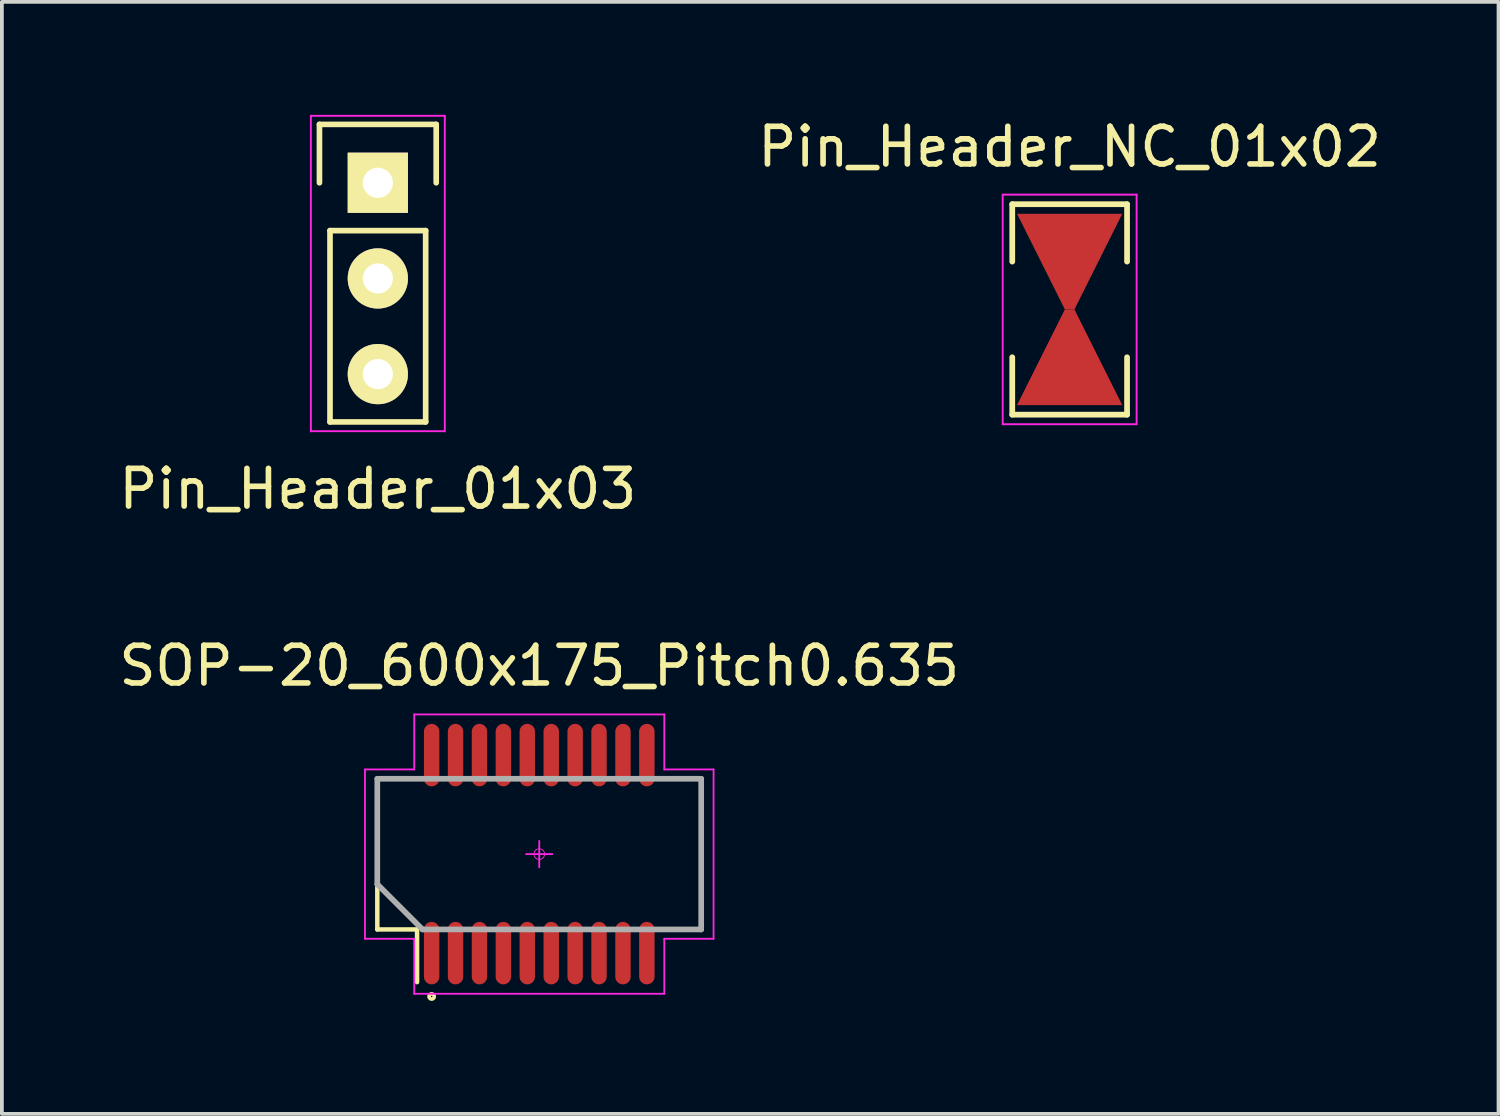
<source format=kicad_pcb>
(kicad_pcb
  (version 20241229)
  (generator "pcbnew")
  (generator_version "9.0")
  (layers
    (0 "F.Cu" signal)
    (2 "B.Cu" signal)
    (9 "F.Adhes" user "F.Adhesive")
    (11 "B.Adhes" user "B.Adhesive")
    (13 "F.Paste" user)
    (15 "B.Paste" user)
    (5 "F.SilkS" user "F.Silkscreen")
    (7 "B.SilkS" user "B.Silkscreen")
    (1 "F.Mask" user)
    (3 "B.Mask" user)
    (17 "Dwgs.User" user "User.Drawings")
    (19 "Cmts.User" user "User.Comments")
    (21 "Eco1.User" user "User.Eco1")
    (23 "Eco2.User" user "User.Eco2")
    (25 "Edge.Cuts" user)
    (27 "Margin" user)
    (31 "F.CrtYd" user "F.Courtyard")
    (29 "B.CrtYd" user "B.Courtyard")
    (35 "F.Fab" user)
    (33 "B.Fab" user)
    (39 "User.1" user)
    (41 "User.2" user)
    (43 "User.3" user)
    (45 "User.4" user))
  (footprint "Pin_Header_NC_01x02"
    (layer "F.Cu")
    (at 25.351 5.166)
    (property "Reference" "Pin_Header_NC_01x02" (at 0 -4.318 0) (layer "F.SilkS") (effects (font (size 1 1) (thickness 0.15))))
    (attr through_hole)
    (fp_line (start -1.524 -2.794) (end 1.524 -2.794) (stroke (width 0.152) (type solid)) (layer "F.SilkS"))
    (fp_line (start -1.524 -1.27) (end -1.524 -2.794) (stroke (width 0.152) (type solid)) (layer "F.SilkS"))
    (fp_line (start -1.524 2.794) (end -1.524 1.27) (stroke (width 0.152) (type solid)) (layer "F.SilkS"))
    (fp_line (start -1.524 2.794) (end 1.524 2.794) (stroke (width 0.152) (type solid)) (layer "F.SilkS"))
    (fp_line (start 1.524 -2.794) (end 1.524 -1.27) (stroke (width 0.152) (type solid)) (layer "F.SilkS"))
    (fp_line (start 1.524 1.27) (end 1.524 2.794) (stroke (width 0.152) (type solid)) (layer "F.SilkS"))
    (fp_line (start -1.778 -3.048) (end 1.778 -3.048) (stroke (width 0.05) (type solid)) (layer "F.CrtYd"))
    (fp_line (start -1.778 3.048) (end -1.778 -3.048) (stroke (width 0.05) (type solid)) (layer "F.CrtYd"))
    (fp_line (start 1.778 -3.048) (end 1.778 3.048) (stroke (width 0.05) (type solid)) (layer "F.CrtYd"))
    (fp_line (start 1.778 3.048) (end -1.778 3.048) (stroke (width 0.05) (type solid)) (layer "F.CrtYd"))
    (pad "1" smd trapezoid (at 0 -1.27 180) (size 1.524 2.54) (rect_delta 0 1.27) (layers "F.Cu" "F.Mask"))
    (pad "2" smd trapezoid (at 0 1.27) (size 1.524 2.54) (rect_delta 0 1.27) (layers "F.Cu" "F.Mask")))
  (footprint "Pin_Header_01x03"
    (layer "F.Cu")
    (at 6.982 1.803)
    (property "Reference" "Pin_Header_01x03" (at 0 8.128 0) (layer "F.SilkS") (effects (font (size 1 1) (thickness 0.15))))
    (attr through_hole)
    (fp_line (start -1.55 -1.55) (end 1.55 -1.55) (stroke (width 0.15) (type solid)) (layer "F.SilkS"))
    (fp_line (start -1.55 0) (end -1.55 -1.55) (stroke (width 0.15) (type solid)) (layer "F.SilkS"))
    (fp_line (start -1.27 1.27) (end -1.27 6.35) (stroke (width 0.15) (type solid)) (layer "F.SilkS"))
    (fp_line (start -1.27 6.35) (end 1.27 6.35) (stroke (width 0.15) (type solid)) (layer "F.SilkS"))
    (fp_line (start 1.27 1.27) (end -1.27 1.27) (stroke (width 0.15) (type solid)) (layer "F.SilkS"))
    (fp_line (start 1.27 6.35) (end 1.27 1.27) (stroke (width 0.15) (type solid)) (layer "F.SilkS"))
    (fp_line (start 1.55 -1.55) (end 1.55 0) (stroke (width 0.15) (type solid)) (layer "F.SilkS"))
    (fp_line (start -1.778 -1.778) (end -1.778 6.604) (stroke (width 0.05) (type solid)) (layer "F.CrtYd"))
    (fp_line (start -1.75 6.596) (end 1.75 6.596) (stroke (width 0.05) (type solid)) (layer "F.CrtYd"))
    (fp_line (start 1.778 -1.778) (end -1.778 -1.778) (stroke (width 0.05) (type solid)) (layer "F.CrtYd"))
    (fp_line (start 1.778 6.604) (end 1.778 -1.778) (stroke (width 0.05) (type solid)) (layer "F.CrtYd"))
    (pad "1" thru_hole rect (at 0 0) (size 1.6 1.6) (drill 0.8) (layers "*.Cu" "*.Mask" "F.SilkS"))
    (pad "2" thru_hole oval (at 0 2.54) (size 1.6 1.6) (drill 0.8) (layers "*.Cu" "*.Mask" "F.SilkS"))
    (pad "3" thru_hole oval (at 0 5.08) (size 1.6 1.6) (drill 0.8) (layers "*.Cu" "*.Mask" "F.SilkS")))
  (footprint "SOP-20_600x175_Pitch0.635"
    (layer "F.Cu")
    (at 11.268 19.628)
    (property "Reference" "SOP-20_600x175_Pitch0.635" (at 0 -5 0) (layer "F.SilkS") (effects (font (size 1 1) (thickness 0.15))))
    (attr smd)
    (fp_line (start -4.3 -2) (end -3.25 -2) (stroke (width 0.119) (type solid)) (layer "F.SilkS"))
    (fp_line (start -4.3 2) (end -4.3 -2) (stroke (width 0.119) (type solid)) (layer "F.SilkS"))
    (fp_line (start -3.25 2) (end -4.3 2) (stroke (width 0.119) (type solid)) (layer "F.SilkS"))
    (fp_line (start -3.244 3.399) (end -3.244 1.999) (stroke (width 0.119) (type solid)) (layer "F.SilkS"))
    (fp_line (start 3.25 2) (end 4.3 2) (stroke (width 0.119) (type solid)) (layer "F.SilkS"))
    (fp_line (start 4.3 -2) (end 3.25 -2) (stroke (width 0.119) (type solid)) (layer "F.SilkS"))
    (fp_line (start 4.3 2) (end 4.3 -2) (stroke (width 0.119) (type solid)) (layer "F.SilkS"))
    (fp_circle (center -2.857 3.78) (end -2.906 3.828) (stroke (width 0.099) (type solid)) (fill no) (layer "F.SilkS"))
    (fp_line (start -4.628 -2.248) (end -4.628 2.248) (stroke (width 0.048) (type solid)) (layer "F.CrtYd"))
    (fp_line (start -4.628 2.248) (end -3.32 2.248) (stroke (width 0.048) (type solid)) (layer "F.CrtYd"))
    (fp_line (start -3.32 -3.708) (end -3.32 -2.248) (stroke (width 0.048) (type solid)) (layer "F.CrtYd"))
    (fp_line (start -3.32 -2.248) (end -4.628 -2.248) (stroke (width 0.048) (type solid)) (layer "F.CrtYd"))
    (fp_line (start -3.32 2.248) (end -3.32 3.708) (stroke (width 0.048) (type solid)) (layer "F.CrtYd"))
    (fp_line (start -3.32 3.708) (end 3.32 3.708) (stroke (width 0.048) (type solid)) (layer "F.CrtYd"))
    (fp_line (start -0.35 0) (end 0.35 0) (stroke (width 0.048) (type solid)) (layer "F.CrtYd"))
    (fp_line (start 0 -0.35) (end 0 0.35) (stroke (width 0.048) (type solid)) (layer "F.CrtYd"))
    (fp_line (start 3.32 -3.708) (end -3.32 -3.708) (stroke (width 0.048) (type solid)) (layer "F.CrtYd"))
    (fp_line (start 3.32 -2.248) (end 3.32 -3.708) (stroke (width 0.048) (type solid)) (layer "F.CrtYd"))
    (fp_line (start 3.32 2.248) (end 4.628 2.248) (stroke (width 0.048) (type solid)) (layer "F.CrtYd"))
    (fp_line (start 3.32 3.708) (end 3.32 2.248) (stroke (width 0.048) (type solid)) (layer "F.CrtYd"))
    (fp_line (start 4.628 -2.248) (end 3.32 -2.248) (stroke (width 0.048) (type solid)) (layer "F.CrtYd"))
    (fp_line (start 4.628 2.248) (end 4.628 -2.248) (stroke (width 0.048) (type solid)) (layer "F.CrtYd"))
    (fp_circle (center 0 0) (end -0.1 0.1) (stroke (width 0.023) (type solid)) (fill no) (layer "F.CrtYd"))
    (fp_line (start -4.3 -2) (end 4.3 -2) (stroke (width 0.15) (type solid)) (layer "F.Fab"))
    (fp_line (start -4.3 0.8) (end -4.3 -2) (stroke (width 0.15) (type solid)) (layer "F.Fab"))
    (fp_line (start -3.1 2) (end -4.3 0.8) (stroke (width 0.15) (type solid)) (layer "F.Fab"))
    (fp_line (start -3.1 2) (end 4.3 2) (stroke (width 0.15) (type solid)) (layer "F.Fab"))
    (fp_line (start 4.3 -2) (end 4.3 2) (stroke (width 0.15) (type solid)) (layer "F.Fab"))
    (pad "1" smd oval (at -2.857 2.629 270) (size 1.659 0.409) (layers "F.Cu" "F.Mask" "F.Paste"))
    (pad "2" smd oval (at -2.223 2.629 270) (size 1.659 0.409) (layers "F.Cu" "F.Mask" "F.Paste"))
    (pad "3" smd oval (at -1.587 2.629 270) (size 1.659 0.409) (layers "F.Cu" "F.Mask" "F.Paste"))
    (pad "4" smd oval (at -0.953 2.629 270) (size 1.659 0.409) (layers "F.Cu" "F.Mask" "F.Paste"))
    (pad "5" smd oval (at -0.318 2.629 270) (size 1.659 0.409) (layers "F.Cu" "F.Mask" "F.Paste"))
    (pad "6" smd oval (at 0.318 2.629 270) (size 1.659 0.409) (layers "F.Cu" "F.Mask" "F.Paste"))
    (pad "7" smd oval (at 0.953 2.629 270) (size 1.659 0.409) (layers "F.Cu" "F.Mask" "F.Paste"))
    (pad "8" smd oval (at 1.587 2.629 270) (size 1.659 0.409) (layers "F.Cu" "F.Mask" "F.Paste"))
    (pad "9" smd oval (at 2.223 2.629 270) (size 1.659 0.409) (layers "F.Cu" "F.Mask" "F.Paste"))
    (pad "10" smd oval (at 2.857 2.629 270) (size 1.659 0.409) (layers "F.Cu" "F.Mask" "F.Paste"))
    (pad "11" smd oval (at 2.857 -2.629 90) (size 1.659 0.409) (layers "F.Cu" "F.Mask" "F.Paste"))
    (pad "12" smd oval (at 2.223 -2.629 90) (size 1.659 0.409) (layers "F.Cu" "F.Mask" "F.Paste"))
    (pad "13" smd oval (at 1.587 -2.629 90) (size 1.659 0.409) (layers "F.Cu" "F.Mask" "F.Paste"))
    (pad "14" smd oval (at 0.953 -2.629 90) (size 1.659 0.409) (layers "F.Cu" "F.Mask" "F.Paste"))
    (pad "15" smd oval (at 0.318 -2.629 90) (size 1.659 0.409) (layers "F.Cu" "F.Mask" "F.Paste"))
    (pad "16" smd oval (at -0.318 -2.629 90) (size 1.659 0.409) (layers "F.Cu" "F.Mask" "F.Paste"))
    (pad "17" smd oval (at -0.953 -2.629 90) (size 1.659 0.409) (layers "F.Cu" "F.Mask" "F.Paste"))
    (pad "18" smd oval (at -1.587 -2.629 90) (size 1.659 0.409) (layers "F.Cu" "F.Mask" "F.Paste"))
    (pad "19" smd oval (at -2.223 -2.629 90) (size 1.659 0.409) (layers "F.Cu" "F.Mask" "F.Paste"))
    (pad "20" smd oval (at -2.857 -2.629 90) (size 1.659 0.409) (layers "F.Cu" "F.Mask" "F.Paste")))
  (gr_rect
    (start -3 -3)
    (end 36.738 26.525)
    (stroke (width 0.1) (type default))
    (fill no)
    (layer "Edge.Cuts")))
</source>
